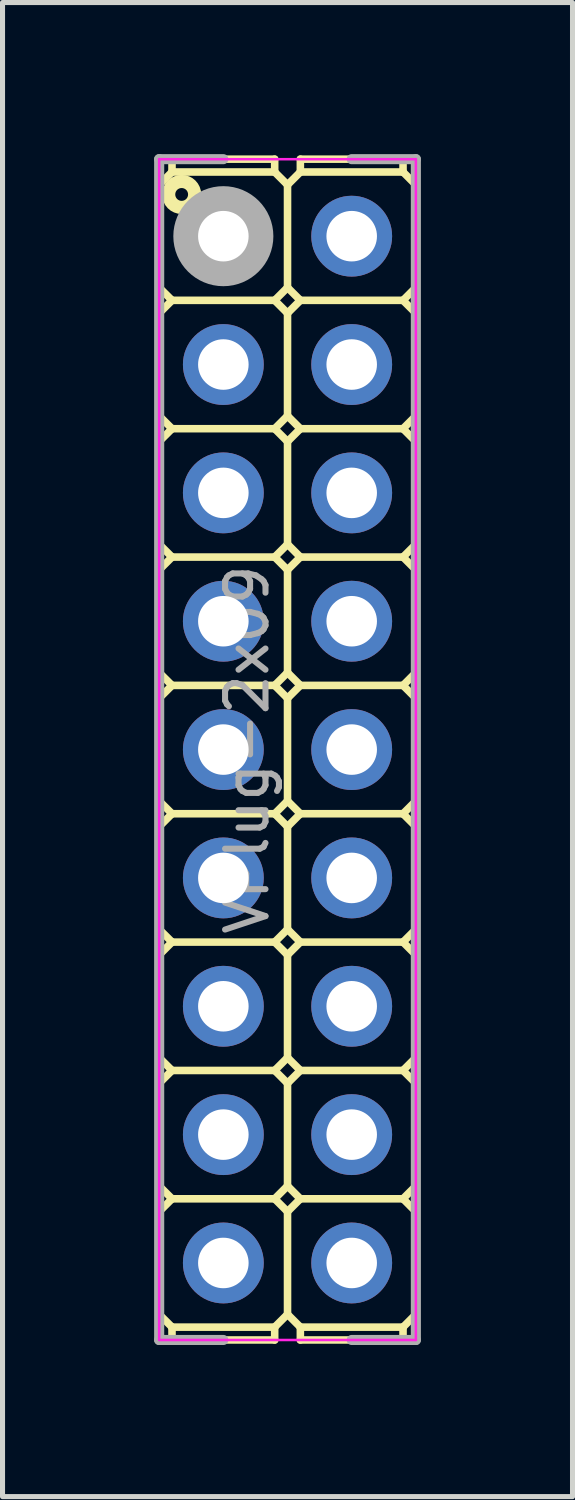
<source format=kicad_pcb>
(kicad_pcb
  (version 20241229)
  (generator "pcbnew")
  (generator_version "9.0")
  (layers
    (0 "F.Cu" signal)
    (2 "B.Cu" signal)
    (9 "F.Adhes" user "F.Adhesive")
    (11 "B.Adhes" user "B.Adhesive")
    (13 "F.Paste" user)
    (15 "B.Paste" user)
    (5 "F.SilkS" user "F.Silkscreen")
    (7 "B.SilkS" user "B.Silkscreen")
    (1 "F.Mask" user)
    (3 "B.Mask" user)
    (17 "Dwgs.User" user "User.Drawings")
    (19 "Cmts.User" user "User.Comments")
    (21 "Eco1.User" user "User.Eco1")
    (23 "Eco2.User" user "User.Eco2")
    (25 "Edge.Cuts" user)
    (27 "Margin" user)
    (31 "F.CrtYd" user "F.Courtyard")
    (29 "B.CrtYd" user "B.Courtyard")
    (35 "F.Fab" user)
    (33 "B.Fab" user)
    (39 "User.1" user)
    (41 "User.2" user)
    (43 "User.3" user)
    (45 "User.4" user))
  (footprint "VPlug-2x09"
    (layer "F.Cu")
    (at 2.64 11.784)
    (property "Reference" "VPlug-2x09" (at -0.8 0 270) (layer "F.Fab") (effects (font (size 0.8 0.8) (thickness 0.12))))
    (attr through_hole)
    (fp_line (start -2.54 -11.176) (end -2.54 -9.144) (stroke (width 0.15) (type solid)) (layer "F.SilkS"))
    (fp_line (start -2.54 -11.176) (end -2.286 -11.43) (stroke (width 0.15) (type solid)) (layer "F.SilkS"))
    (fp_line (start -2.54 -9.144) (end -2.286 -8.89) (stroke (width 0.15) (type solid)) (layer "F.SilkS"))
    (fp_line (start -2.54 -8.636) (end -2.54 -6.604) (stroke (width 0.15) (type solid)) (layer "F.SilkS"))
    (fp_line (start -2.54 -6.604) (end -2.286 -6.35) (stroke (width 0.15) (type solid)) (layer "F.SilkS"))
    (fp_line (start -2.54 -6.096) (end -2.54 -4.064) (stroke (width 0.15) (type solid)) (layer "F.SilkS"))
    (fp_line (start -2.54 -4.064) (end -2.286 -3.81) (stroke (width 0.15) (type solid)) (layer "F.SilkS"))
    (fp_line (start -2.54 -3.556) (end -2.54 -1.524) (stroke (width 0.15) (type solid)) (layer "F.SilkS"))
    (fp_line (start -2.54 -1.524) (end -2.286 -1.27) (stroke (width 0.15) (type solid)) (layer "F.SilkS"))
    (fp_line (start -2.54 -1.016) (end -2.54 1.016) (stroke (width 0.15) (type solid)) (layer "F.SilkS"))
    (fp_line (start -2.54 1.016) (end -2.286 1.27) (stroke (width 0.15) (type solid)) (layer "F.SilkS"))
    (fp_line (start -2.54 1.524) (end -2.54 3.556) (stroke (width 0.15) (type solid)) (layer "F.SilkS"))
    (fp_line (start -2.54 3.556) (end -2.286 3.81) (stroke (width 0.15) (type solid)) (layer "F.SilkS"))
    (fp_line (start -2.54 4.064) (end -2.54 6.096) (stroke (width 0.15) (type solid)) (layer "F.SilkS"))
    (fp_line (start -2.54 6.096) (end -2.286 6.35) (stroke (width 0.15) (type solid)) (layer "F.SilkS"))
    (fp_line (start -2.54 6.604) (end -2.54 8.636) (stroke (width 0.15) (type solid)) (layer "F.SilkS"))
    (fp_line (start -2.54 8.636) (end -2.286 8.89) (stroke (width 0.15) (type solid)) (layer "F.SilkS"))
    (fp_line (start -2.54 9.144) (end -2.54 11.176) (stroke (width 0.15) (type solid)) (layer "F.SilkS"))
    (fp_line (start -2.54 11.176) (end -2.286 11.43) (stroke (width 0.15) (type solid)) (layer "F.SilkS"))
    (fp_line (start -2.286 -11.684) (end -0.254 -11.684) (stroke (width 0.15) (type solid)) (layer "F.SilkS"))
    (fp_line (start -2.286 -11.43) (end -2.286 -11.684) (stroke (width 0.15) (type solid)) (layer "F.SilkS"))
    (fp_line (start -2.286 -11.43) (end -0.254 -11.43) (stroke (width 0.15) (type solid)) (layer "F.SilkS"))
    (fp_line (start -2.286 -8.89) (end -2.54 -8.636) (stroke (width 0.15) (type solid)) (layer "F.SilkS"))
    (fp_line (start -2.286 -6.35) (end -2.54 -6.096) (stroke (width 0.15) (type solid)) (layer "F.SilkS"))
    (fp_line (start -2.286 -6.35) (end -0.254 -6.35) (stroke (width 0.15) (type solid)) (layer "F.SilkS"))
    (fp_line (start -2.286 -3.81) (end -2.54 -3.556) (stroke (width 0.15) (type solid)) (layer "F.SilkS"))
    (fp_line (start -2.286 -1.27) (end -2.54 -1.016) (stroke (width 0.15) (type solid)) (layer "F.SilkS"))
    (fp_line (start -2.286 1.27) (end -2.54 1.524) (stroke (width 0.15) (type solid)) (layer "F.SilkS"))
    (fp_line (start -2.286 3.81) (end -2.54 4.064) (stroke (width 0.15) (type solid)) (layer "F.SilkS"))
    (fp_line (start -2.286 6.35) (end -2.54 6.604) (stroke (width 0.15) (type solid)) (layer "F.SilkS"))
    (fp_line (start -2.286 8.89) (end -2.54 9.144) (stroke (width 0.15) (type solid)) (layer "F.SilkS"))
    (fp_line (start -2.286 11.43) (end -2.286 11.684) (stroke (width 0.15) (type solid)) (layer "F.SilkS"))
    (fp_line (start -2.286 11.684) (end -0.254 11.684) (stroke (width 0.15) (type solid)) (layer "F.SilkS"))
    (fp_line (start -0.254 -11.684) (end -0.254 -11.43) (stroke (width 0.15) (type solid)) (layer "F.SilkS"))
    (fp_line (start -0.254 -11.43) (end 0 -11.176) (stroke (width 0.15) (type solid)) (layer "F.SilkS"))
    (fp_line (start -0.254 -8.89) (end -2.286 -8.89) (stroke (width 0.15) (type solid)) (layer "F.SilkS"))
    (fp_line (start -0.254 -6.35) (end 0 -6.604) (stroke (width 0.15) (type solid)) (layer "F.SilkS"))
    (fp_line (start -0.254 -3.81) (end -2.286 -3.81) (stroke (width 0.15) (type solid)) (layer "F.SilkS"))
    (fp_line (start -0.254 -3.81) (end 0 -4.064) (stroke (width 0.15) (type solid)) (layer "F.SilkS"))
    (fp_line (start -0.254 -1.27) (end -2.286 -1.27) (stroke (width 0.15) (type solid)) (layer "F.SilkS"))
    (fp_line (start -0.254 -1.27) (end 0 -1.524) (stroke (width 0.15) (type solid)) (layer "F.SilkS"))
    (fp_line (start -0.254 1.27) (end -2.286 1.27) (stroke (width 0.15) (type solid)) (layer "F.SilkS"))
    (fp_line (start -0.254 1.27) (end 0 1.016) (stroke (width 0.15) (type solid)) (layer "F.SilkS"))
    (fp_line (start -0.254 3.81) (end -2.286 3.81) (stroke (width 0.15) (type solid)) (layer "F.SilkS"))
    (fp_line (start -0.254 3.81) (end 0 3.556) (stroke (width 0.15) (type solid)) (layer "F.SilkS"))
    (fp_line (start -0.254 6.35) (end -2.286 6.35) (stroke (width 0.15) (type solid)) (layer "F.SilkS"))
    (fp_line (start -0.254 6.35) (end 0 6.096) (stroke (width 0.15) (type solid)) (layer "F.SilkS"))
    (fp_line (start -0.254 8.89) (end -2.286 8.89) (stroke (width 0.15) (type solid)) (layer "F.SilkS"))
    (fp_line (start -0.254 8.89) (end 0 8.636) (stroke (width 0.15) (type solid)) (layer "F.SilkS"))
    (fp_line (start -0.254 11.43) (end -2.286 11.43) (stroke (width 0.15) (type solid)) (layer "F.SilkS"))
    (fp_line (start -0.254 11.43) (end 0 11.176) (stroke (width 0.15) (type solid)) (layer "F.SilkS"))
    (fp_line (start -0.254 11.684) (end -0.254 11.43) (stroke (width 0.15) (type solid)) (layer "F.SilkS"))
    (fp_line (start 0 -11.176) (end 0 -9.144) (stroke (width 0.15) (type solid)) (layer "F.SilkS"))
    (fp_line (start 0 -11.176) (end 0.254 -11.43) (stroke (width 0.15) (type solid)) (layer "F.SilkS"))
    (fp_line (start 0 -9.144) (end -0.254 -8.89) (stroke (width 0.15) (type solid)) (layer "F.SilkS"))
    (fp_line (start 0 -9.144) (end 0.254 -8.89) (stroke (width 0.15) (type solid)) (layer "F.SilkS"))
    (fp_line (start 0 -8.636) (end -0.254 -8.89) (stroke (width 0.15) (type solid)) (layer "F.SilkS"))
    (fp_line (start 0 -6.604) (end 0 -8.636) (stroke (width 0.15) (type solid)) (layer "F.SilkS"))
    (fp_line (start 0 -6.604) (end 0.254 -6.35) (stroke (width 0.15) (type solid)) (layer "F.SilkS"))
    (fp_line (start 0 -6.096) (end -0.254 -6.35) (stroke (width 0.15) (type solid)) (layer "F.SilkS"))
    (fp_line (start 0 -4.064) (end 0 -6.096) (stroke (width 0.15) (type solid)) (layer "F.SilkS"))
    (fp_line (start 0 -4.064) (end 0.254 -3.81) (stroke (width 0.15) (type solid)) (layer "F.SilkS"))
    (fp_line (start 0 -3.556) (end -0.254 -3.81) (stroke (width 0.15) (type solid)) (layer "F.SilkS"))
    (fp_line (start 0 -1.524) (end 0 -3.556) (stroke (width 0.15) (type solid)) (layer "F.SilkS"))
    (fp_line (start 0 -1.524) (end 0.254 -1.27) (stroke (width 0.15) (type solid)) (layer "F.SilkS"))
    (fp_line (start 0 -1.016) (end -0.254 -1.27) (stroke (width 0.15) (type solid)) (layer "F.SilkS"))
    (fp_line (start 0 1.016) (end 0 -1.016) (stroke (width 0.15) (type solid)) (layer "F.SilkS"))
    (fp_line (start 0 1.016) (end 0.254 1.27) (stroke (width 0.15) (type solid)) (layer "F.SilkS"))
    (fp_line (start 0 1.524) (end -0.254 1.27) (stroke (width 0.15) (type solid)) (layer "F.SilkS"))
    (fp_line (start 0 3.556) (end 0 1.524) (stroke (width 0.15) (type solid)) (layer "F.SilkS"))
    (fp_line (start 0 3.556) (end 0.254 3.81) (stroke (width 0.15) (type solid)) (layer "F.SilkS"))
    (fp_line (start 0 4.064) (end -0.254 3.81) (stroke (width 0.15) (type solid)) (layer "F.SilkS"))
    (fp_line (start 0 6.096) (end 0 4.064) (stroke (width 0.15) (type solid)) (layer "F.SilkS"))
    (fp_line (start 0 6.096) (end 0.254 6.35) (stroke (width 0.15) (type solid)) (layer "F.SilkS"))
    (fp_line (start 0 6.604) (end -0.254 6.35) (stroke (width 0.15) (type solid)) (layer "F.SilkS"))
    (fp_line (start 0 8.636) (end 0 6.604) (stroke (width 0.15) (type solid)) (layer "F.SilkS"))
    (fp_line (start 0 8.636) (end 0.254 8.89) (stroke (width 0.15) (type solid)) (layer "F.SilkS"))
    (fp_line (start 0 9.144) (end -0.254 8.89) (stroke (width 0.15) (type solid)) (layer "F.SilkS"))
    (fp_line (start 0 11.176) (end 0 9.144) (stroke (width 0.15) (type solid)) (layer "F.SilkS"))
    (fp_line (start 0 11.176) (end 0.254 11.43) (stroke (width 0.15) (type solid)) (layer "F.SilkS"))
    (fp_line (start 0.254 -11.684) (end 2.286 -11.684) (stroke (width 0.15) (type solid)) (layer "F.SilkS"))
    (fp_line (start 0.254 -11.43) (end 0.254 -11.684) (stroke (width 0.15) (type solid)) (layer "F.SilkS"))
    (fp_line (start 0.254 -11.43) (end 2.286 -11.43) (stroke (width 0.15) (type solid)) (layer "F.SilkS"))
    (fp_line (start 0.254 -8.89) (end 0 -8.636) (stroke (width 0.15) (type solid)) (layer "F.SilkS"))
    (fp_line (start 0.254 -6.35) (end 0 -6.096) (stroke (width 0.15) (type solid)) (layer "F.SilkS"))
    (fp_line (start 0.254 -6.35) (end 2.286 -6.35) (stroke (width 0.15) (type solid)) (layer "F.SilkS"))
    (fp_line (start 0.254 -3.81) (end 0 -3.556) (stroke (width 0.15) (type solid)) (layer "F.SilkS"))
    (fp_line (start 0.254 -1.27) (end 0 -1.016) (stroke (width 0.15) (type solid)) (layer "F.SilkS"))
    (fp_line (start 0.254 1.27) (end 0 1.524) (stroke (width 0.15) (type solid)) (layer "F.SilkS"))
    (fp_line (start 0.254 3.81) (end 0 4.064) (stroke (width 0.15) (type solid)) (layer "F.SilkS"))
    (fp_line (start 0.254 6.35) (end 0 6.604) (stroke (width 0.15) (type solid)) (layer "F.SilkS"))
    (fp_line (start 0.254 8.89) (end 0 9.144) (stroke (width 0.15) (type solid)) (layer "F.SilkS"))
    (fp_line (start 0.254 11.43) (end 0.254 11.684) (stroke (width 0.15) (type solid)) (layer "F.SilkS"))
    (fp_line (start 0.254 11.684) (end 2.286 11.684) (stroke (width 0.15) (type solid)) (layer "F.SilkS"))
    (fp_line (start 2.286 -11.684) (end 2.286 -11.43) (stroke (width 0.15) (type solid)) (layer "F.SilkS"))
    (fp_line (start 2.286 -11.43) (end 2.54 -11.176) (stroke (width 0.15) (type solid)) (layer "F.SilkS"))
    (fp_line (start 2.286 -8.89) (end 0.254 -8.89) (stroke (width 0.15) (type solid)) (layer "F.SilkS"))
    (fp_line (start 2.286 -6.35) (end 2.54 -6.604) (stroke (width 0.15) (type solid)) (layer "F.SilkS"))
    (fp_line (start 2.286 -3.81) (end 0.254 -3.81) (stroke (width 0.15) (type solid)) (layer "F.SilkS"))
    (fp_line (start 2.286 -3.81) (end 2.54 -4.064) (stroke (width 0.15) (type solid)) (layer "F.SilkS"))
    (fp_line (start 2.286 -1.27) (end 0.254 -1.27) (stroke (width 0.15) (type solid)) (layer "F.SilkS"))
    (fp_line (start 2.286 -1.27) (end 2.54 -1.524) (stroke (width 0.15) (type solid)) (layer "F.SilkS"))
    (fp_line (start 2.286 1.27) (end 0.254 1.27) (stroke (width 0.15) (type solid)) (layer "F.SilkS"))
    (fp_line (start 2.286 1.27) (end 2.54 1.016) (stroke (width 0.15) (type solid)) (layer "F.SilkS"))
    (fp_line (start 2.286 3.81) (end 0.254 3.81) (stroke (width 0.15) (type solid)) (layer "F.SilkS"))
    (fp_line (start 2.286 3.81) (end 2.54 3.556) (stroke (width 0.15) (type solid)) (layer "F.SilkS"))
    (fp_line (start 2.286 6.35) (end 0.254 6.35) (stroke (width 0.15) (type solid)) (layer "F.SilkS"))
    (fp_line (start 2.286 6.35) (end 2.54 6.096) (stroke (width 0.15) (type solid)) (layer "F.SilkS"))
    (fp_line (start 2.286 8.89) (end 0.254 8.89) (stroke (width 0.15) (type solid)) (layer "F.SilkS"))
    (fp_line (start 2.286 8.89) (end 2.54 8.636) (stroke (width 0.15) (type solid)) (layer "F.SilkS"))
    (fp_line (start 2.286 11.43) (end 0.254 11.43) (stroke (width 0.15) (type solid)) (layer "F.SilkS"))
    (fp_line (start 2.286 11.43) (end 2.54 11.176) (stroke (width 0.15) (type solid)) (layer "F.SilkS"))
    (fp_line (start 2.286 11.684) (end 2.286 11.43) (stroke (width 0.15) (type solid)) (layer "F.SilkS"))
    (fp_line (start 2.54 -11.176) (end 2.54 -9.144) (stroke (width 0.15) (type solid)) (layer "F.SilkS"))
    (fp_line (start 2.54 -9.144) (end 2.286 -8.89) (stroke (width 0.15) (type solid)) (layer "F.SilkS"))
    (fp_line (start 2.54 -8.636) (end 2.286 -8.89) (stroke (width 0.15) (type solid)) (layer "F.SilkS"))
    (fp_line (start 2.54 -6.604) (end 2.54 -8.636) (stroke (width 0.15) (type solid)) (layer "F.SilkS"))
    (fp_line (start 2.54 -6.096) (end 2.286 -6.35) (stroke (width 0.15) (type solid)) (layer "F.SilkS"))
    (fp_line (start 2.54 -4.064) (end 2.54 -6.096) (stroke (width 0.15) (type solid)) (layer "F.SilkS"))
    (fp_line (start 2.54 -3.556) (end 2.286 -3.81) (stroke (width 0.15) (type solid)) (layer "F.SilkS"))
    (fp_line (start 2.54 -1.524) (end 2.54 -3.556) (stroke (width 0.15) (type solid)) (layer "F.SilkS"))
    (fp_line (start 2.54 -1.016) (end 2.286 -1.27) (stroke (width 0.15) (type solid)) (layer "F.SilkS"))
    (fp_line (start 2.54 1.016) (end 2.54 -1.016) (stroke (width 0.15) (type solid)) (layer "F.SilkS"))
    (fp_line (start 2.54 1.524) (end 2.286 1.27) (stroke (width 0.15) (type solid)) (layer "F.SilkS"))
    (fp_line (start 2.54 3.556) (end 2.54 1.524) (stroke (width 0.15) (type solid)) (layer "F.SilkS"))
    (fp_line (start 2.54 4.064) (end 2.286 3.81) (stroke (width 0.15) (type solid)) (layer "F.SilkS"))
    (fp_line (start 2.54 6.096) (end 2.54 4.064) (stroke (width 0.15) (type solid)) (layer "F.SilkS"))
    (fp_line (start 2.54 6.604) (end 2.286 6.35) (stroke (width 0.15) (type solid)) (layer "F.SilkS"))
    (fp_line (start 2.54 8.636) (end 2.54 6.604) (stroke (width 0.15) (type solid)) (layer "F.SilkS"))
    (fp_line (start 2.54 9.144) (end 2.286 8.89) (stroke (width 0.15) (type solid)) (layer "F.SilkS"))
    (fp_line (start 2.54 11.176) (end 2.54 9.144) (stroke (width 0.15) (type solid)) (layer "F.SilkS"))
    (fp_circle (center -2.095 -10.986) (end -1.968 -10.986) (stroke (width 0.26) (type solid)) (fill no) (layer "F.SilkS"))
    (fp_line (start -2.54 -11.684) (end 2.54 -11.684) (stroke (width 0.05) (type solid)) (layer "F.CrtYd"))
    (fp_line (start -2.54 11.684) (end -2.54 -11.684) (stroke (width 0.05) (type solid)) (layer "F.CrtYd"))
    (fp_line (start 2.54 -11.684) (end 2.54 11.684) (stroke (width 0.05) (type solid)) (layer "F.CrtYd"))
    (fp_line (start 2.54 11.684) (end -2.54 11.684) (stroke (width 0.05) (type solid)) (layer "F.CrtYd"))
    (fp_line (start -2.54 -11.684) (end -2.54 11.684) (stroke (width 0.2) (type solid)) (layer "F.Fab"))
    (fp_line (start -2.54 -11.684) (end -1.27 -11.684) (stroke (width 0.2) (type solid)) (layer "F.Fab"))
    (fp_line (start -2.54 11.684) (end -1.27 11.684) (stroke (width 0.2) (type solid)) (layer "F.Fab"))
    (fp_line (start 1.27 -11.684) (end 2.54 -11.684) (stroke (width 0.2) (type solid)) (layer "F.Fab"))
    (fp_line (start 1.27 11.684) (end 2.54 11.684) (stroke (width 0.2) (type solid)) (layer "F.Fab"))
    (fp_line (start 2.54 11.684) (end 2.54 -11.684) (stroke (width 0.2) (type solid)) (layer "F.Fab"))
    (fp_circle (center -1.27 -10.16) (end -1.27 -9.97) (stroke (width 0.8) (type solid)) (fill no) (layer "F.Fab"))
    (pad "1" thru_hole circle (at -1.27 -10.16) (size 1.6 1.6) (drill 1) (layers "*.Cu" "*.Mask"))
    (pad "2" thru_hole circle (at 1.27 -10.16) (size 1.6 1.6) (drill 1) (layers "*.Cu" "*.Mask"))
    (pad "3" thru_hole circle (at -1.27 -7.62) (size 1.6 1.6) (drill 1) (layers "*.Cu" "*.Mask"))
    (pad "4" thru_hole circle (at 1.27 -7.62) (size 1.6 1.6) (drill 1) (layers "*.Cu" "*.Mask"))
    (pad "5" thru_hole circle (at -1.27 -5.08) (size 1.6 1.6) (drill 1) (layers "*.Cu" "*.Mask"))
    (pad "6" thru_hole circle (at 1.27 -5.08) (size 1.6 1.6) (drill 1) (layers "*.Cu" "*.Mask"))
    (pad "7" thru_hole circle (at -1.27 -2.54) (size 1.6 1.6) (drill 1) (layers "*.Cu" "*.Mask"))
    (pad "8" thru_hole circle (at 1.27 -2.54) (size 1.6 1.6) (drill 1) (layers "*.Cu" "*.Mask"))
    (pad "9" thru_hole circle (at -1.27 0) (size 1.6 1.6) (drill 1) (layers "*.Cu" "*.Mask"))
    (pad "10" thru_hole circle (at 1.27 0) (size 1.6 1.6) (drill 1) (layers "*.Cu" "*.Mask"))
    (pad "11" thru_hole circle (at -1.27 2.54) (size 1.6 1.6) (drill 1) (layers "*.Cu" "*.Mask"))
    (pad "12" thru_hole circle (at 1.27 2.54) (size 1.6 1.6) (drill 1) (layers "*.Cu" "*.Mask"))
    (pad "13" thru_hole circle (at -1.27 5.08) (size 1.6 1.6) (drill 1) (layers "*.Cu" "*.Mask"))
    (pad "14" thru_hole circle (at 1.27 5.08) (size 1.6 1.6) (drill 1) (layers "*.Cu" "*.Mask"))
    (pad "15" thru_hole circle (at -1.27 7.62) (size 1.6 1.6) (drill 1) (layers "*.Cu" "*.Mask"))
    (pad "16" thru_hole circle (at 1.27 7.62) (size 1.6 1.6) (drill 1) (layers "*.Cu" "*.Mask"))
    (pad "17" thru_hole circle (at -1.27 10.16) (size 1.6 1.6) (drill 1) (layers "*.Cu" "*.Mask"))
    (pad "18" thru_hole circle (at 1.27 10.16) (size 1.6 1.6) (drill 1) (layers "*.Cu" "*.Mask")))
  (gr_rect
    (start -3 -3)
    (end 8.28 26.568)
    (stroke (width 0.1) (type default))
    (fill no)
    (layer "Edge.Cuts")))
</source>
